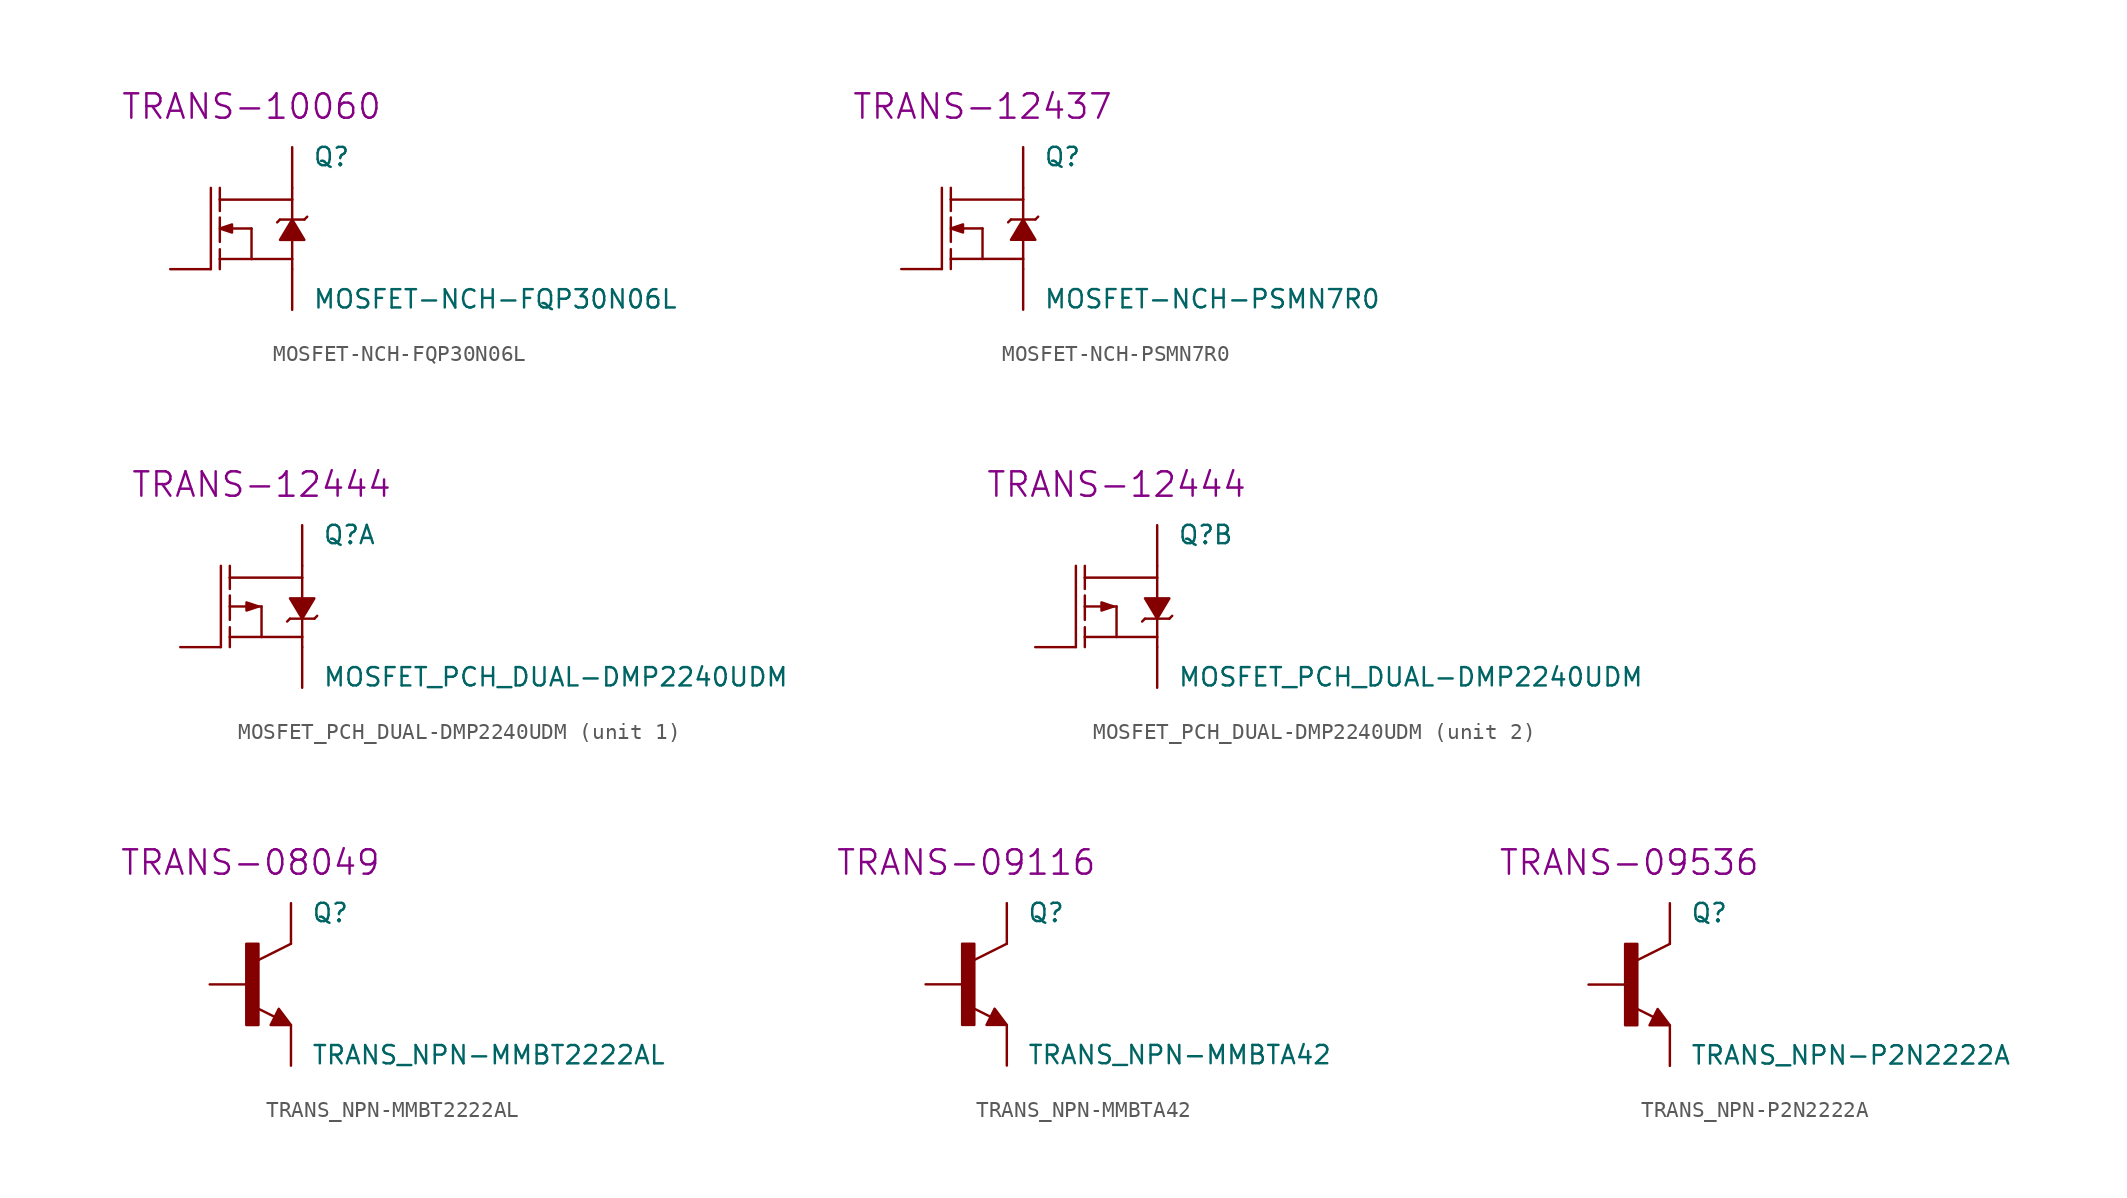
<source format=kicad_sym>
(kicad_symbol_lib
  (version 20201005)
  (generator kicad_symbol_editor)
  (symbol "MOSFET-NCH-FQP30N06L"
    (pin_numbers hide)
    (pin_names
      (offset 1.016) hide)
    (property "Reference" "Q"
      (at 3.81 3.81 0)
      (effects (font (size 1.143 1.143)) (justify left bottom)))
    (property "Value" "MOSFET-NCH-FQP30N06L"
      (at 3.81 -5.08 0)
      (effects (font (size 1.143 1.143)) (justify left bottom)))
    (property "Field4" "TRANS-10060"
      (at 0 7.62 0)
      (effects (font (size 1.524 1.524))))
    (property "ki_locked" ""
      (at 0 0 0)
      (effects (font (size 1.27 1.27))))
    (symbol "MOSFET-NCH-FQP30N06L_1_0"
      (polyline (pts (xy -2.54 -2.54) (xy -2.54 2.54)) (stroke (width 0)) (fill (type none)))
      (polyline (pts (xy -1.981 -1.905) (xy -1.981 -2.54)) (stroke (width 0)) (fill (type none)))
      (polyline (pts (xy -1.981 -1.905) (xy 0 -1.905)) (stroke (width 0)) (fill (type none)))
      (polyline (pts (xy -1.981 -1.295) (xy -1.981 -1.905)) (stroke (width 0)) (fill (type none)))
      (polyline (pts (xy -1.981 0.686) (xy -1.981 -0.838)) (stroke (width 0)) (fill (type none)))
      (polyline (pts (xy -1.981 1.803) (xy -1.981 1.092)) (stroke (width 0)) (fill (type none)))
      (polyline (pts (xy -1.981 1.803) (xy 2.54 1.803)) (stroke (width 0)) (fill (type none)))
      (polyline (pts (xy -1.981 2.54) (xy -1.981 1.803)) (stroke (width 0)) (fill (type none)))
      (polyline (pts (xy 0 -1.905) (xy 0 0)) (stroke (width 0)) (fill (type none)))
      (polyline (pts (xy 0 0) (xy -1.219 0)) (stroke (width 0)) (fill (type none)))
      (polyline (pts (xy 1.6 0.381) (xy 1.778 0.559)) (stroke (width 0)) (fill (type none)))
      (polyline (pts (xy 2.54 -2.54) (xy 2.54 -1.905)) (stroke (width 0)) (fill (type none)))
      (polyline (pts (xy 2.54 -1.905) (xy 0 -1.905)) (stroke (width 0)) (fill (type none)))
      (polyline (pts (xy 2.54 -0.711) (xy 2.54 -1.905)) (stroke (width 0)) (fill (type none)))
      (polyline (pts (xy 2.54 0.559) (xy 1.778 0.559)) (stroke (width 0)) (fill (type none)))
      (polyline (pts (xy 2.54 0.559) (xy 3.302 0.559)) (stroke (width 0)) (fill (type none)))
      (polyline (pts (xy 2.54 1.803) (xy 2.54 0.559)) (stroke (width 0)) (fill (type none)))
      (polyline (pts (xy 2.54 2.54) (xy 2.54 1.803)) (stroke (width 0)) (fill (type none)))
      (polyline (pts (xy 3.302 0.559) (xy 3.48 0.737)) (stroke (width 0)) (fill (type none))))
    (symbol "MOSFET-NCH-FQP30N06L_1_1"
      (polyline (pts (xy -1.981 0) (xy -1.219 0.254) (xy -1.219 0.254) (xy -1.219 -0.254) (xy -1.219 -0.254) (xy -1.981 0)) (stroke (width 0)) (fill (type outline)))
      (polyline (pts (xy 1.778 -0.711) (xy 2.54 0.559) (xy 2.54 0.559) (xy 3.302 -0.711) (xy 3.302 -0.711) (xy 1.778 -0.711)) (stroke (width 0)) (fill (type outline)))
      (pin bidirectional line (at -5.08 -2.54 0) (length 2.54) (name "G" (effects (font (size 1.016 1.016)))) (number "1" (effects (font (size 1.016 1.016)))))
      (pin bidirectional line (at 2.54 5.08 270) (length 2.54) (name "D" (effects (font (size 1.016 1.016)))) (number "2" (effects (font (size 1.016 1.016)))))
      (pin bidirectional line (at 2.54 -5.08 90) (length 2.54) (name "S" (effects (font (size 1.016 1.016)))) (number "3" (effects (font (size 1.016 1.016)))))))
  (symbol "MOSFET-NCH-PSMN7R0"
    (pin_numbers hide)
    (pin_names
      (offset 1.016) hide)
    (property "Reference" "Q"
      (at 3.81 3.81 0)
      (effects (font (size 1.143 1.143)) (justify left bottom)))
    (property "Value" "MOSFET-NCH-PSMN7R0"
      (at 3.81 -5.08 0)
      (effects (font (size 1.143 1.143)) (justify left bottom)))
    (property "Field4" "TRANS-12437"
      (at 0 7.62 0)
      (effects (font (size 1.524 1.524))))
    (property "ki_locked" ""
      (at 0 0 0)
      (effects (font (size 1.27 1.27))))
    (symbol "MOSFET-NCH-PSMN7R0_1_0"
      (polyline (pts (xy -2.54 -2.54) (xy -2.54 2.54)) (stroke (width 0)) (fill (type none)))
      (polyline (pts (xy -1.981 -1.905) (xy -1.981 -2.54)) (stroke (width 0)) (fill (type none)))
      (polyline (pts (xy -1.981 -1.905) (xy 0 -1.905)) (stroke (width 0)) (fill (type none)))
      (polyline (pts (xy -1.981 -1.295) (xy -1.981 -1.905)) (stroke (width 0)) (fill (type none)))
      (polyline (pts (xy -1.981 0.686) (xy -1.981 -0.838)) (stroke (width 0)) (fill (type none)))
      (polyline (pts (xy -1.981 1.803) (xy -1.981 1.092)) (stroke (width 0)) (fill (type none)))
      (polyline (pts (xy -1.981 1.803) (xy 2.54 1.803)) (stroke (width 0)) (fill (type none)))
      (polyline (pts (xy -1.981 2.54) (xy -1.981 1.803)) (stroke (width 0)) (fill (type none)))
      (polyline (pts (xy 0 -1.905) (xy 0 0)) (stroke (width 0)) (fill (type none)))
      (polyline (pts (xy 0 0) (xy -1.219 0)) (stroke (width 0)) (fill (type none)))
      (polyline (pts (xy 1.6 0.381) (xy 1.778 0.559)) (stroke (width 0)) (fill (type none)))
      (polyline (pts (xy 2.54 -2.54) (xy 2.54 -1.905)) (stroke (width 0)) (fill (type none)))
      (polyline (pts (xy 2.54 -1.905) (xy 0 -1.905)) (stroke (width 0)) (fill (type none)))
      (polyline (pts (xy 2.54 -0.711) (xy 2.54 -1.905)) (stroke (width 0)) (fill (type none)))
      (polyline (pts (xy 2.54 0.559) (xy 1.778 0.559)) (stroke (width 0)) (fill (type none)))
      (polyline (pts (xy 2.54 0.559) (xy 3.302 0.559)) (stroke (width 0)) (fill (type none)))
      (polyline (pts (xy 2.54 1.803) (xy 2.54 0.559)) (stroke (width 0)) (fill (type none)))
      (polyline (pts (xy 2.54 2.54) (xy 2.54 1.803)) (stroke (width 0)) (fill (type none)))
      (polyline (pts (xy 3.302 0.559) (xy 3.48 0.737)) (stroke (width 0)) (fill (type none))))
    (symbol "MOSFET-NCH-PSMN7R0_1_1"
      (polyline (pts (xy -1.981 0) (xy -1.219 0.254) (xy -1.219 0.254) (xy -1.219 -0.254) (xy -1.219 -0.254) (xy -1.981 0)) (stroke (width 0)) (fill (type outline)))
      (polyline (pts (xy 1.778 -0.711) (xy 2.54 0.559) (xy 2.54 0.559) (xy 3.302 -0.711) (xy 3.302 -0.711) (xy 1.778 -0.711)) (stroke (width 0)) (fill (type outline)))
      (pin bidirectional line (at -5.08 -2.54 0) (length 2.54) (name "G" (effects (font (size 1.016 1.016)))) (number "1" (effects (font (size 1.016 1.016)))))
      (pin bidirectional line (at 2.54 5.08 270) (length 2.54) (name "D" (effects (font (size 1.016 1.016)))) (number "2" (effects (font (size 1.016 1.016)))))
      (pin bidirectional line (at 2.54 -5.08 90) (length 2.54) (name "S" (effects (font (size 1.016 1.016)))) (number "3" (effects (font (size 1.016 1.016)))))))
  (symbol "MOSFET_PCH_DUAL-DMP2240UDM"
    (pin_numbers hide)
    (pin_names
      (offset 1.016) hide)
    (property "Reference" "Q"
      (at 3.81 3.81 0)
      (effects (font (size 1.143 1.143)) (justify left bottom)))
    (property "Value" "MOSFET_PCH_DUAL-DMP2240UDM"
      (at 3.81 -5.08 0)
      (effects (font (size 1.143 1.143)) (justify left bottom)))
    (property "Field4" "TRANS-12444"
      (at 0 7.62 0)
      (effects (font (size 1.524 1.524))))
    (property "ki_locked" ""
      (at 0 0 0)
      (effects (font (size 1.27 1.27))))
    (symbol "MOSFET_PCH_DUAL-DMP2240UDM_1_0"
      (polyline (pts (xy -2.54 -2.54) (xy -2.54 2.54)) (stroke (width 0)) (fill (type none)))
      (polyline (pts (xy -1.981 -1.905) (xy -1.981 -2.54)) (stroke (width 0)) (fill (type none)))
      (polyline (pts (xy -1.981 -1.905) (xy 0 -1.905)) (stroke (width 0)) (fill (type none)))
      (polyline (pts (xy -1.981 -1.295) (xy -1.981 -1.905)) (stroke (width 0)) (fill (type none)))
      (polyline (pts (xy -1.981 0) (xy -1.981 -0.838)) (stroke (width 0)) (fill (type none)))
      (polyline (pts (xy -1.981 0.686) (xy -1.981 0)) (stroke (width 0)) (fill (type none)))
      (polyline (pts (xy -1.981 1.803) (xy -1.981 1.092)) (stroke (width 0)) (fill (type none)))
      (polyline (pts (xy -1.981 1.803) (xy 2.54 1.803)) (stroke (width 0)) (fill (type none)))
      (polyline (pts (xy -1.981 2.54) (xy -1.981 1.803)) (stroke (width 0)) (fill (type none)))
      (polyline (pts (xy 0 -1.905) (xy 0 0)) (stroke (width 0)) (fill (type none)))
      (polyline (pts (xy 0 0) (xy -1.981 0)) (stroke (width 0)) (fill (type none)))
      (polyline (pts (xy 1.778 -0.762) (xy 1.6 -0.94)) (stroke (width 0)) (fill (type none)))
      (polyline (pts (xy 1.778 -0.762) (xy 3.302 -0.762)) (stroke (width 0)) (fill (type none)))
      (polyline (pts (xy 2.54 -2.54) (xy 2.54 -1.905)) (stroke (width 0)) (fill (type none)))
      (polyline (pts (xy 2.54 -1.905) (xy 0 -1.905)) (stroke (width 0)) (fill (type none)))
      (polyline (pts (xy 2.54 -1.905) (xy 2.54 -0.787)) (stroke (width 0)) (fill (type none)))
      (polyline (pts (xy 2.54 1.803) (xy 2.54 0.584)) (stroke (width 0)) (fill (type none)))
      (polyline (pts (xy 2.54 2.54) (xy 2.54 1.803)) (stroke (width 0)) (fill (type none)))
      (polyline (pts (xy 3.48 -0.584) (xy 3.302 -0.762)) (stroke (width 0)) (fill (type none))))
    (symbol "MOSFET_PCH_DUAL-DMP2240UDM_1_1"
      (polyline (pts (xy -0.178 0) (xy -0.94 -0.254) (xy -0.94 -0.254) (xy -0.94 0.254) (xy -0.94 0.254) (xy -0.178 0)) (stroke (width 0)) (fill (type outline)))
      (polyline (pts (xy 3.302 0.508) (xy 2.54 -0.762) (xy 2.54 -0.762) (xy 1.778 0.508) (xy 1.778 0.508) (xy 3.302 0.508)) (stroke (width 0)) (fill (type outline)))
      (pin bidirectional line (at 2.54 5.08 270) (length 2.54) (name "D" (effects (font (size 1.016 1.016)))) (number "D2" (effects (font (size 1.016 1.016)))))
      (pin bidirectional line (at -5.08 -2.54 0) (length 2.54) (name "G" (effects (font (size 1.016 1.016)))) (number "G2" (effects (font (size 1.016 1.016)))))
      (pin bidirectional line (at 2.54 -5.08 90) (length 2.54) (name "S" (effects (font (size 1.016 1.016)))) (number "S2" (effects (font (size 1.016 1.016))))))
    (symbol "MOSFET_PCH_DUAL-DMP2240UDM_2_0"
      (polyline (pts (xy -2.54 -2.54) (xy -2.54 2.54)) (stroke (width 0)) (fill (type none)))
      (polyline (pts (xy -1.981 -1.905) (xy -1.981 -2.54)) (stroke (width 0)) (fill (type none)))
      (polyline (pts (xy -1.981 -1.905) (xy 0 -1.905)) (stroke (width 0)) (fill (type none)))
      (polyline (pts (xy -1.981 -1.295) (xy -1.981 -1.905)) (stroke (width 0)) (fill (type none)))
      (polyline (pts (xy -1.981 0) (xy -1.981 -0.838)) (stroke (width 0)) (fill (type none)))
      (polyline (pts (xy -1.981 0.686) (xy -1.981 0)) (stroke (width 0)) (fill (type none)))
      (polyline (pts (xy -1.981 1.803) (xy -1.981 1.092)) (stroke (width 0)) (fill (type none)))
      (polyline (pts (xy -1.981 1.803) (xy 2.54 1.803)) (stroke (width 0)) (fill (type none)))
      (polyline (pts (xy -1.981 2.54) (xy -1.981 1.803)) (stroke (width 0)) (fill (type none)))
      (polyline (pts (xy 0 -1.905) (xy 0 0)) (stroke (width 0)) (fill (type none)))
      (polyline (pts (xy 0 0) (xy -1.981 0)) (stroke (width 0)) (fill (type none)))
      (polyline (pts (xy 1.778 -0.762) (xy 1.6 -0.94)) (stroke (width 0)) (fill (type none)))
      (polyline (pts (xy 1.778 -0.762) (xy 3.302 -0.762)) (stroke (width 0)) (fill (type none)))
      (polyline (pts (xy 2.54 -2.54) (xy 2.54 -1.905)) (stroke (width 0)) (fill (type none)))
      (polyline (pts (xy 2.54 -1.905) (xy 0 -1.905)) (stroke (width 0)) (fill (type none)))
      (polyline (pts (xy 2.54 -1.905) (xy 2.54 -0.787)) (stroke (width 0)) (fill (type none)))
      (polyline (pts (xy 2.54 1.803) (xy 2.54 0.584)) (stroke (width 0)) (fill (type none)))
      (polyline (pts (xy 2.54 2.54) (xy 2.54 1.803)) (stroke (width 0)) (fill (type none)))
      (polyline (pts (xy 3.48 -0.584) (xy 3.302 -0.762)) (stroke (width 0)) (fill (type none))))
    (symbol "MOSFET_PCH_DUAL-DMP2240UDM_2_1"
      (polyline (pts (xy -0.178 0) (xy -0.94 -0.254) (xy -0.94 -0.254) (xy -0.94 0.254) (xy -0.94 0.254) (xy -0.178 0)) (stroke (width 0)) (fill (type outline)))
      (polyline (pts (xy 3.302 0.508) (xy 2.54 -0.762) (xy 2.54 -0.762) (xy 1.778 0.508) (xy 1.778 0.508) (xy 3.302 0.508)) (stroke (width 0)) (fill (type outline)))
      (pin bidirectional line (at 2.54 5.08 270) (length 2.54) (name "D" (effects (font (size 1.016 1.016)))) (number "D1" (effects (font (size 1.016 1.016)))))
      (pin bidirectional line (at -5.08 -2.54 0) (length 2.54) (name "G" (effects (font (size 1.016 1.016)))) (number "G1" (effects (font (size 1.016 1.016)))))
      (pin bidirectional line (at 2.54 -5.08 90) (length 2.54) (name "S" (effects (font (size 1.016 1.016)))) (number "S1" (effects (font (size 1.016 1.016)))))))
  (symbol "TRANS_NPN-MMBT2222AL"
    (pin_numbers hide)
    (pin_names
      (offset 1.016) hide)
    (property "Reference" "Q"
      (at 3.81 3.81 0)
      (effects (font (size 1.143 1.143)) (justify left bottom)))
    (property "Value" "TRANS_NPN-MMBT2222AL"
      (at 3.81 -5.08 0)
      (effects (font (size 1.143 1.143)) (justify left bottom)))
    (property "Field4" "TRANS-08049"
      (at 0 7.62 0)
      (effects (font (size 1.524 1.524))))
    (property "ki_locked" ""
      (at 0 0 0)
      (effects (font (size 1.27 1.27))))
    (symbol "TRANS_NPN-MMBT2222AL_1_0"
      (polyline (pts (xy 1.524 -2.032) (xy 0.305 -1.422)) (stroke (width 0)) (fill (type none)))
      (polyline (pts (xy 2.54 2.54) (xy 0.508 1.524)) (stroke (width 0)) (fill (type none))))
    (symbol "TRANS_NPN-MMBT2222AL_1_1"
      (rectangle (start -0.254 -2.54) (end 0.508 2.54) (stroke (width 0)) (fill (type outline)))
      (polyline (pts (xy 1.778 -1.524) (xy 2.54 -2.54) (xy 1.27 -2.54) (xy 1.778 -1.524)) (stroke (width 0)) (fill (type outline)))
      (pin passive line (at -2.54 0 0) (length 2.54) (name "B" (effects (font (size 1.016 1.016)))) (number "1" (effects (font (size 1.016 1.016)))))
      (pin passive line (at 2.54 -5.08 90) (length 2.54) (name "E" (effects (font (size 1.016 1.016)))) (number "2" (effects (font (size 1.016 1.016)))))
      (pin passive line (at 2.54 5.08 270) (length 2.54) (name "C" (effects (font (size 1.016 1.016)))) (number "3" (effects (font (size 1.016 1.016)))))))
  (symbol "TRANS_NPN-MMBTA42"
    (pin_numbers hide)
    (pin_names
      (offset 1.016) hide)
    (property "Reference" "Q"
      (at 3.81 3.81 0)
      (effects (font (size 1.143 1.143)) (justify left bottom)))
    (property "Value" "TRANS_NPN-MMBTA42"
      (at 3.81 -5.08 0)
      (effects (font (size 1.143 1.143)) (justify left bottom)))
    (property "Field4" "TRANS-09116"
      (at 0 7.62 0)
      (effects (font (size 1.524 1.524))))
    (property "ki_locked" ""
      (at 0 0 0)
      (effects (font (size 1.27 1.27))))
    (symbol "TRANS_NPN-MMBTA42_1_0"
      (polyline (pts (xy 1.524 -2.032) (xy 0.305 -1.422)) (stroke (width 0)) (fill (type none)))
      (polyline (pts (xy 2.54 2.54) (xy 0.508 1.524)) (stroke (width 0)) (fill (type none))))
    (symbol "TRANS_NPN-MMBTA42_1_1"
      (rectangle (start -0.254 -2.54) (end 0.508 2.54) (stroke (width 0)) (fill (type outline)))
      (polyline (pts (xy 1.778 -1.524) (xy 2.54 -2.54) (xy 1.27 -2.54) (xy 1.778 -1.524)) (stroke (width 0)) (fill (type outline)))
      (pin passive line (at -2.54 0 0) (length 2.54) (name "B" (effects (font (size 1.016 1.016)))) (number "1" (effects (font (size 1.016 1.016)))))
      (pin passive line (at 2.54 -5.08 90) (length 2.54) (name "E" (effects (font (size 1.016 1.016)))) (number "2" (effects (font (size 1.016 1.016)))))
      (pin passive line (at 2.54 5.08 270) (length 2.54) (name "C" (effects (font (size 1.016 1.016)))) (number "3" (effects (font (size 1.016 1.016)))))))
  (symbol "TRANS_NPN-P2N2222A"
    (pin_numbers hide)
    (pin_names
      (offset 1.016) hide)
    (property "Reference" "Q"
      (at 3.81 3.81 0)
      (effects (font (size 1.143 1.143)) (justify left bottom)))
    (property "Value" "TRANS_NPN-P2N2222A"
      (at 3.81 -5.08 0)
      (effects (font (size 1.143 1.143)) (justify left bottom)))
    (property "Field4" "TRANS-09536"
      (at 0 7.62 0)
      (effects (font (size 1.524 1.524))))
    (property "ki_locked" ""
      (at 0 0 0)
      (effects (font (size 1.27 1.27))))
    (symbol "TRANS_NPN-P2N2222A_1_0"
      (polyline (pts (xy 1.524 -2.032) (xy 0.305 -1.422)) (stroke (width 0)) (fill (type none)))
      (polyline (pts (xy 2.54 2.54) (xy 0.508 1.524)) (stroke (width 0)) (fill (type none))))
    (symbol "TRANS_NPN-P2N2222A_1_1"
      (rectangle (start -0.254 -2.54) (end 0.508 2.54) (stroke (width 0)) (fill (type outline)))
      (polyline (pts (xy 1.778 -1.524) (xy 2.54 -2.54) (xy 1.27 -2.54) (xy 1.778 -1.524)) (stroke (width 0)) (fill (type outline)))
      (pin passive line (at 2.54 5.08 270) (length 2.54) (name "C" (effects (font (size 1.016 1.016)))) (number "1" (effects (font (size 1.016 1.016)))))
      (pin passive line (at -2.54 0 0) (length 2.54) (name "B" (effects (font (size 1.016 1.016)))) (number "2" (effects (font (size 1.016 1.016)))))
      (pin passive line (at 2.54 -5.08 90) (length 2.54) (name "E" (effects (font (size 1.016 1.016)))) (number "3" (effects (font (size 1.016 1.016))))))))
</source>
